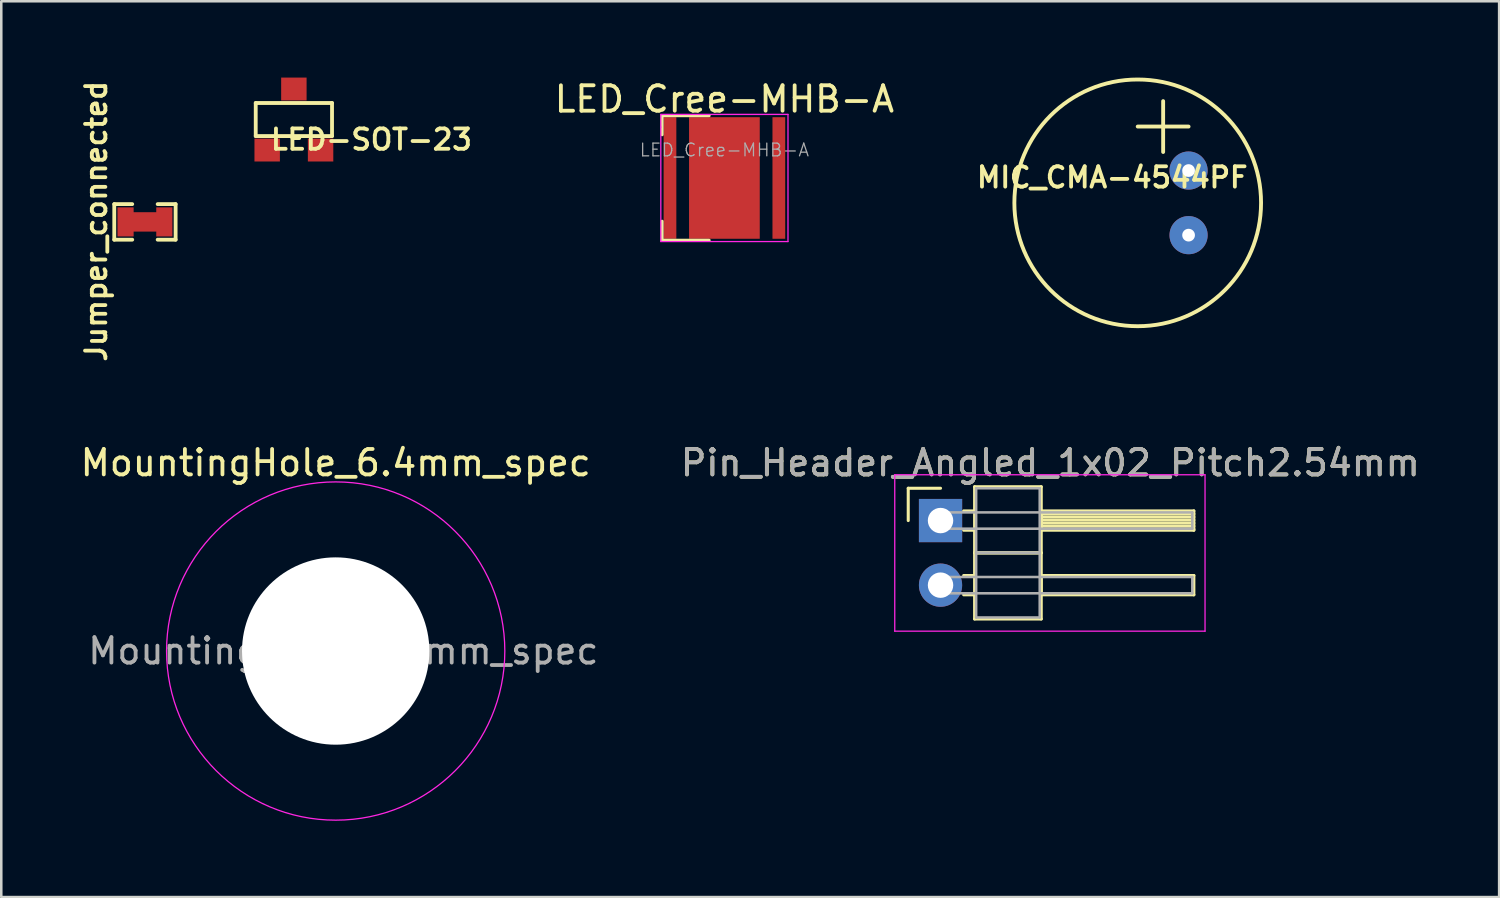
<source format=kicad_pcb>
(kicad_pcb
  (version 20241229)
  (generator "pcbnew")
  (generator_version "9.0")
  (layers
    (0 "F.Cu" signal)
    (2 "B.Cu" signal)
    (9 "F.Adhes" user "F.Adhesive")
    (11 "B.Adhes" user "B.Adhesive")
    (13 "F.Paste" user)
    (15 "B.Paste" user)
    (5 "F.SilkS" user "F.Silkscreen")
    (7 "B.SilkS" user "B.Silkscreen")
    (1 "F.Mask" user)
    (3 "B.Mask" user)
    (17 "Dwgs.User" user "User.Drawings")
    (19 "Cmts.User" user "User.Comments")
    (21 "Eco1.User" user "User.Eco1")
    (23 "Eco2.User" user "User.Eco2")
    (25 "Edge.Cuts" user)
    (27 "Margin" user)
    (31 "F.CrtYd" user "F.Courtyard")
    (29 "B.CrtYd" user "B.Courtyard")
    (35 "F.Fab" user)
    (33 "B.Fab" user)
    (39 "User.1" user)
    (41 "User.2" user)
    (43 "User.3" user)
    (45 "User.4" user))
  (footprint "LED-SOT-23"
    (layer "F.Cu")
    (at 8.505 1.65)
    (property "Reference" "LED-SOT-23" (at 3.048 0.787 0) (layer "F.SilkS") (effects (font (size 0.8 0.8) (thickness 0.15))))
    (attr through_hole)
    (fp_line (start -1.5 -0.65) (end 1.5 -0.65) (stroke (width 0.15) (type solid)) (layer "F.SilkS"))
    (fp_line (start -1.5 0.65) (end -1.5 -0.65) (stroke (width 0.15) (type solid)) (layer "F.SilkS"))
    (fp_line (start 1.5 -0.65) (end 1.5 0.65) (stroke (width 0.15) (type solid)) (layer "F.SilkS"))
    (fp_line (start 1.5 0.65) (end -1.5 0.65) (stroke (width 0.15) (type solid)) (layer "F.SilkS"))
    (pad "1" smd rect (at -1.05 1.2) (size 1 0.9) (layers "F.Cu" "F.Mask" "F.Paste"))
    (pad "2" smd rect (at 1.05 1.2) (size 1 0.9) (layers "F.Cu" "F.Mask" "F.Paste"))
    (pad "3" smd rect (at 0 -1.2) (size 1 0.9) (layers "F.Cu" "F.Mask" "F.Paste")))
  (footprint "Pin_Header_Angled_1x02_Pitch2.54mm"
    (layer "F.Cu")
    (at 33.931 17.418)
    (property "Reference" "Pin_Header_Angled_1x02_Pitch2.54mm" (at 4.315 -2.27 0) (layer "F.SilkS") (effects (font (size 1 1) (thickness 0.15))))
    (attr through_hole)
    (fp_line (start -1.27 -1.27) (end 0 -1.27) (stroke (width 0.12) (type solid)) (layer "F.SilkS"))
    (fp_line (start -1.27 0) (end -1.27 -1.27) (stroke (width 0.12) (type solid)) (layer "F.SilkS"))
    (fp_line (start 0.91 -0.38) (end 1.34 -0.38) (stroke (width 0.12) (type solid)) (layer "F.SilkS"))
    (fp_line (start 0.91 0.38) (end 1.34 0.38) (stroke (width 0.12) (type solid)) (layer "F.SilkS"))
    (fp_line (start 0.91 2.16) (end 1.34 2.16) (stroke (width 0.12) (type solid)) (layer "F.SilkS"))
    (fp_line (start 0.91 2.92) (end 1.34 2.92) (stroke (width 0.12) (type solid)) (layer "F.SilkS"))
    (fp_line (start 1.34 -1.33) (end 1.34 1.27) (stroke (width 0.12) (type solid)) (layer "F.SilkS"))
    (fp_line (start 1.34 1.27) (end 1.34 3.87) (stroke (width 0.12) (type solid)) (layer "F.SilkS"))
    (fp_line (start 1.34 1.27) (end 3.96 1.27) (stroke (width 0.12) (type solid)) (layer "F.SilkS"))
    (fp_line (start 1.34 3.87) (end 3.96 3.87) (stroke (width 0.12) (type solid)) (layer "F.SilkS"))
    (fp_line (start 3.96 -1.33) (end 1.34 -1.33) (stroke (width 0.12) (type solid)) (layer "F.SilkS"))
    (fp_line (start 3.96 -0.38) (end 3.96 0.38) (stroke (width 0.12) (type solid)) (layer "F.SilkS"))
    (fp_line (start 3.96 -0.26) (end 9.96 -0.26) (stroke (width 0.12) (type solid)) (layer "F.SilkS"))
    (fp_line (start 3.96 -0.14) (end 9.96 -0.14) (stroke (width 0.12) (type solid)) (layer "F.SilkS"))
    (fp_line (start 3.96 -0.02) (end 9.96 -0.02) (stroke (width 0.12) (type solid)) (layer "F.SilkS"))
    (fp_line (start 3.96 0.1) (end 9.96 0.1) (stroke (width 0.12) (type solid)) (layer "F.SilkS"))
    (fp_line (start 3.96 0.22) (end 9.96 0.22) (stroke (width 0.12) (type solid)) (layer "F.SilkS"))
    (fp_line (start 3.96 0.34) (end 9.96 0.34) (stroke (width 0.12) (type solid)) (layer "F.SilkS"))
    (fp_line (start 3.96 0.38) (end 9.96 0.38) (stroke (width 0.12) (type solid)) (layer "F.SilkS"))
    (fp_line (start 3.96 1.27) (end 1.34 1.27) (stroke (width 0.12) (type solid)) (layer "F.SilkS"))
    (fp_line (start 3.96 1.27) (end 3.96 -1.33) (stroke (width 0.12) (type solid)) (layer "F.SilkS"))
    (fp_line (start 3.96 2.16) (end 3.96 2.92) (stroke (width 0.12) (type solid)) (layer "F.SilkS"))
    (fp_line (start 3.96 2.92) (end 9.96 2.92) (stroke (width 0.12) (type solid)) (layer "F.SilkS"))
    (fp_line (start 3.96 3.87) (end 3.96 1.27) (stroke (width 0.12) (type solid)) (layer "F.SilkS"))
    (fp_line (start 9.96 -0.38) (end 3.96 -0.38) (stroke (width 0.12) (type solid)) (layer "F.SilkS"))
    (fp_line (start 9.96 0.38) (end 9.96 -0.38) (stroke (width 0.12) (type solid)) (layer "F.SilkS"))
    (fp_line (start 9.96 2.16) (end 3.96 2.16) (stroke (width 0.12) (type solid)) (layer "F.SilkS"))
    (fp_line (start 9.96 2.92) (end 9.96 2.16) (stroke (width 0.12) (type solid)) (layer "F.SilkS"))
    (fp_line (start -1.8 -1.8) (end -1.8 4.35) (stroke (width 0.05) (type solid)) (layer "F.CrtYd"))
    (fp_line (start -1.8 4.35) (end 10.4 4.35) (stroke (width 0.05) (type solid)) (layer "F.CrtYd"))
    (fp_line (start 10.4 -1.8) (end -1.8 -1.8) (stroke (width 0.05) (type solid)) (layer "F.CrtYd"))
    (fp_line (start 10.4 4.35) (end 10.4 -1.8) (stroke (width 0.05) (type solid)) (layer "F.CrtYd"))
    (fp_line (start 0 -0.32) (end 0 0.32) (stroke (width 0.1) (type solid)) (layer "F.Fab"))
    (fp_line (start 0 0.32) (end 9.9 0.32) (stroke (width 0.1) (type solid)) (layer "F.Fab"))
    (fp_line (start 0 2.22) (end 0 2.86) (stroke (width 0.1) (type solid)) (layer "F.Fab"))
    (fp_line (start 0 2.86) (end 9.9 2.86) (stroke (width 0.1) (type solid)) (layer "F.Fab"))
    (fp_line (start 1.4 -1.27) (end 1.4 1.27) (stroke (width 0.1) (type solid)) (layer "F.Fab"))
    (fp_line (start 1.4 1.27) (end 1.4 3.81) (stroke (width 0.1) (type solid)) (layer "F.Fab"))
    (fp_line (start 1.4 1.27) (end 3.9 1.27) (stroke (width 0.1) (type solid)) (layer "F.Fab"))
    (fp_line (start 1.4 3.81) (end 3.9 3.81) (stroke (width 0.1) (type solid)) (layer "F.Fab"))
    (fp_line (start 3.9 -1.27) (end 1.4 -1.27) (stroke (width 0.1) (type solid)) (layer "F.Fab"))
    (fp_line (start 3.9 1.27) (end 1.4 1.27) (stroke (width 0.1) (type solid)) (layer "F.Fab"))
    (fp_line (start 3.9 1.27) (end 3.9 -1.27) (stroke (width 0.1) (type solid)) (layer "F.Fab"))
    (fp_line (start 3.9 3.81) (end 3.9 1.27) (stroke (width 0.1) (type solid)) (layer "F.Fab"))
    (fp_line (start 9.9 -0.32) (end 0 -0.32) (stroke (width 0.1) (type solid)) (layer "F.Fab"))
    (fp_line (start 9.9 0.32) (end 9.9 -0.32) (stroke (width 0.1) (type solid)) (layer "F.Fab"))
    (fp_line (start 9.9 2.22) (end 0 2.22) (stroke (width 0.1) (type solid)) (layer "F.Fab"))
    (fp_line (start 9.9 2.86) (end 9.9 2.22) (stroke (width 0.1) (type solid)) (layer "F.Fab"))
    (fp_text user "${REFERENCE}" (at 4.315 -2.27 0) (layer "F.Fab") (effects (font (size 1 1) (thickness 0.15))))
    (pad "1" thru_hole rect (at 0 0) (size 1.7 1.7) (drill 1) (layers "*.Cu" "*.Mask"))
    (pad "2" thru_hole oval (at 0 2.54) (size 1.7 1.7) (drill 1) (layers "*.Cu" "*.Mask")))
  (footprint "MIC_CMA-4544PF"
    (layer "F.Cu")
    (at 41.684 4.926)
    (property "Reference" "MIC_CMA-4544PF" (at -1 -1 0) (layer "F.SilkS") (effects (font (size 0.8 0.8) (thickness 0.15))))
    (attr smd)
    (fp_line (start 0 -3) (end 2 -3) (stroke (width 0.152) (type solid)) (layer "F.SilkS"))
    (fp_line (start 1 -4) (end 1 -2) (stroke (width 0.152) (type solid)) (layer "F.SilkS"))
    (fp_circle (center 0 0) (end 4.85 0) (stroke (width 0.152) (type solid)) (fill no) (layer "F.SilkS"))
    (pad "1" thru_hole circle (at 2 1.27) (size 1.5 1.5) (drill 0.5) (layers "*.Cu" "*.Mask"))
    (pad "2" thru_hole circle (at 2 -1.27) (size 1.5 1.5) (drill 0.5) (layers "*.Cu" "*.Mask")))
  (footprint "MountingHole_6.4mm_spec"
    (layer "F.Cu")
    (at 10.149 22.548)
    (property "Reference" "MountingHole_6.4mm_spec" (at 0 -7.4 0) (layer "F.SilkS") (effects (font (size 1 1) (thickness 0.15))))
    (attr exclude_from_pos_files exclude_from_bom)
    (fp_circle (center 0 0) (end 6.65 0) (stroke (width 0.05) (type solid)) (fill no) (layer "F.CrtYd"))
    (fp_text user "${REFERENCE}" (at 0.3 0 0) (layer "F.Fab") (effects (font (size 1 1) (thickness 0.15))))
    (pad "" np_thru_hole circle (at 0 0) (size 7.366 7.366) (drill 7.366) (layers "*.Cu" "*.Mask")))
  (footprint "Jumper_connected"
    (layer "F.Cu")
    (at 2.649 5.675)
    (property "Reference" "Jumper_connected" (at -1.918 -0.025 90) (layer "F.SilkS") (effects (font (size 0.8 0.8) (thickness 0.15))))
    (attr smd)
    (fp_line (start -0.5 0) (end 0.5 0) (stroke (width 0.762) (type solid)) (layer "F.Cu"))
    (fp_line (start -1.206 -0.699) (end -1.206 0.699) (stroke (width 0.15) (type solid)) (layer "F.SilkS"))
    (fp_line (start -1.206 0.699) (end -0.5 0.699) (stroke (width 0.15) (type solid)) (layer "F.SilkS"))
    (fp_line (start -0.5 -0.699) (end -1.206 -0.699) (stroke (width 0.15) (type solid)) (layer "F.SilkS"))
    (fp_line (start 1.206 -0.699) (end 0.5 -0.699) (stroke (width 0.15) (type solid)) (layer "F.SilkS"))
    (fp_line (start 1.206 -0.699) (end 1.206 0.699) (stroke (width 0.15) (type solid)) (layer "F.SilkS"))
    (fp_line (start 1.206 0.699) (end 0.5 0.699) (stroke (width 0.15) (type solid)) (layer "F.SilkS"))
    (pad "1" smd rect (at -0.762 0) (size 0.635 1.143) (layers "F.Cu" "F.Mask" "F.Paste"))
    (pad "2" smd rect (at 0.762 0) (size 0.635 1.143) (layers "F.Cu" "F.Mask" "F.Paste")))
  (footprint "LED_Cree-MHB-A"
    (layer "F.Cu")
    (at 25.433 3.948)
    (property "Reference" "LED_Cree-MHB-A" (at 0 -3.1 0) (layer "F.SilkS") (effects (font (size 1 1) (thickness 0.15))))
    (attr smd)
    (fp_line (start -2.45 -2.45) (end -2.45 -1.7) (stroke (width 0.12) (type solid)) (layer "F.SilkS"))
    (fp_line (start -2.45 2.45) (end -2.45 1.7) (stroke (width 0.12) (type solid)) (layer "F.SilkS"))
    (fp_line (start -0.6 -2.45) (end -2.45 -2.45) (stroke (width 0.12) (type solid)) (layer "F.SilkS"))
    (fp_line (start -0.6 2.45) (end -2.45 2.45) (stroke (width 0.12) (type solid)) (layer "F.SilkS"))
    (fp_line (start -2.5 -2.5) (end -2.5 -2) (stroke (width 0.05) (type solid)) (layer "F.CrtYd"))
    (fp_line (start -2.5 -2) (end -2.5 2.5) (stroke (width 0.05) (type solid)) (layer "F.CrtYd"))
    (fp_line (start -2.5 2.5) (end 2.5 2.5) (stroke (width 0.05) (type solid)) (layer "F.CrtYd"))
    (fp_line (start 2.5 -2.5) (end -2.5 -2.5) (stroke (width 0.05) (type solid)) (layer "F.CrtYd"))
    (fp_line (start 2.5 2.5) (end 2.5 -2.5) (stroke (width 0.05) (type solid)) (layer "F.CrtYd"))
    (fp_text user "${REFERENCE}" (at 0 -1.1 0) (layer "F.Fab") (effects (font (size 0.5 0.5) (thickness 0.05))))
    (pad "" smd rect (at -0.6 -1.6) (size 0.9 0.8) (layers "F.Paste"))
    (pad "" smd rect (at -0.6 -0.55) (size 0.9 0.8) (layers "F.Paste"))
    (pad "" smd rect (at -0.6 0.55) (size 0.9 0.8) (layers "F.Paste"))
    (pad "" smd rect (at -0.6 1.6) (size 0.9 0.8) (layers "F.Paste"))
    (pad "" smd rect (at 0.7 -1.6) (size 0.9 0.8) (layers "F.Paste"))
    (pad "" smd rect (at 0.7 -0.55) (size 0.9 0.8) (layers "F.Paste"))
    (pad "" smd rect (at 0.7 0.55) (size 0.9 0.8) (layers "F.Paste"))
    (pad "" smd rect (at 0.7 1.6) (size 0.9 0.8) (layers "F.Paste"))
    (pad "1" smd rect (at -2.14 0) (size 0.5 4.78) (layers "F.Cu" "F.Mask" "F.Paste"))
    (pad "2" smd rect (at 2.14 0) (size 0.5 4.78) (layers "F.Cu" "F.Mask" "F.Paste"))
    (pad "3" smd rect (at 0 0) (size 2.78 4.78) (layers "F.Cu" "F.Mask" "F.Paste")))
  (gr_rect
    (start -3 -3)
    (end 55.895 32.223)
    (stroke (width 0.1) (type default))
    (fill no)
    (layer "Edge.Cuts")))
</source>
